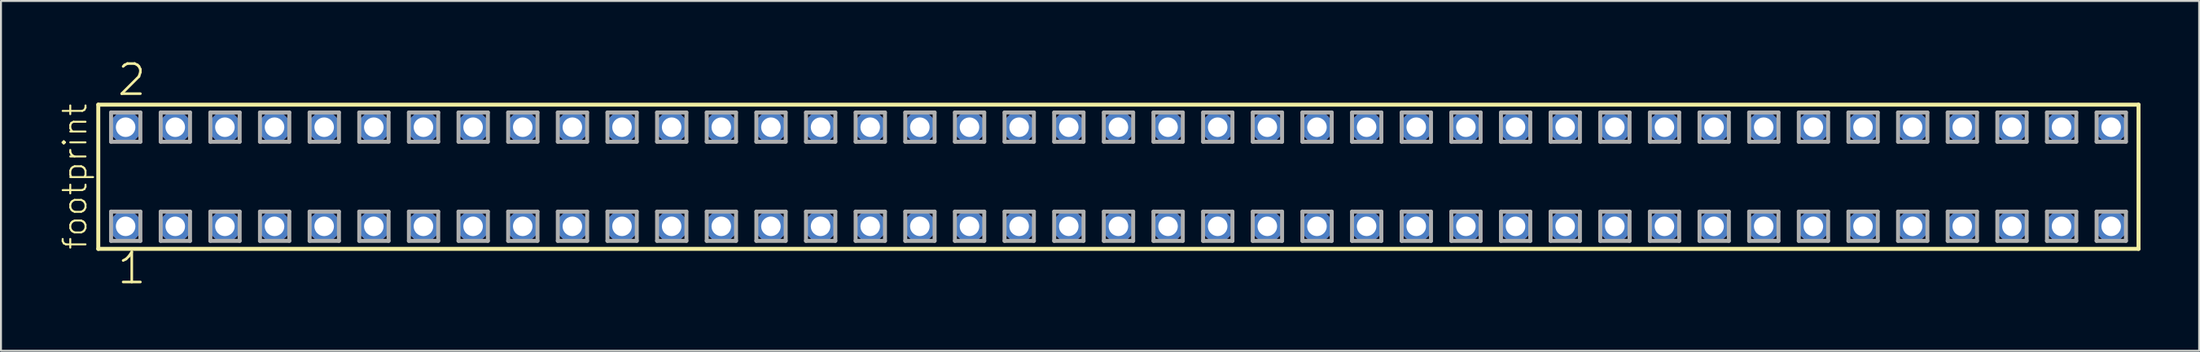
<source format=kicad_pcb>
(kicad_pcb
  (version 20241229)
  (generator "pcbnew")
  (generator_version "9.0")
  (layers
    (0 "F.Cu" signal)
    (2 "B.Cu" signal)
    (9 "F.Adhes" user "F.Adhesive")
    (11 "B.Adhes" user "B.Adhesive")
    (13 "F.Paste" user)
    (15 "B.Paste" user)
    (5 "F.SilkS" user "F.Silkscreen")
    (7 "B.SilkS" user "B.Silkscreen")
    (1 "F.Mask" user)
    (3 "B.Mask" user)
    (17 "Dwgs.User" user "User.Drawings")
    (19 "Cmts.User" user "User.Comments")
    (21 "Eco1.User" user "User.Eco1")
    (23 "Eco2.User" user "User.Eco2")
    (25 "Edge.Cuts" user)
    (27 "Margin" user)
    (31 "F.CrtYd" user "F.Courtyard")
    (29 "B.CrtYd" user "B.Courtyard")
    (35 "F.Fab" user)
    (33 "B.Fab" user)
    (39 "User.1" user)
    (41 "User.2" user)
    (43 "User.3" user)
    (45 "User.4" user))
  (footprint "footprint"
    (layer "F.Cu")
    (at 54.178 6.009)
    (property "Reference" "footprint" (at -52.705 3.81 90) (layer "F.SilkS") (effects (font (size 1.168 1.168) (thickness 0.102)) (justify left bottom)))
    (fp_line (start -52.199 -3.695) (end 52.199 -3.695) (stroke (width 0.203) (type solid)) (layer "F.SilkS"))
    (fp_line (start -52.199 3.695) (end -52.199 -3.695) (stroke (width 0.203) (type solid)) (layer "F.SilkS"))
    (fp_line (start 52.199 -3.695) (end 52.199 3.695) (stroke (width 0.203) (type solid)) (layer "F.SilkS"))
    (fp_line (start 52.199 3.695) (end -52.199 3.695) (stroke (width 0.203) (type solid)) (layer "F.SilkS"))
    (fp_line (start -51.545 -3.295) (end -50.045 -3.295) (stroke (width 0.203) (type solid)) (layer "F.Fab"))
    (fp_line (start -51.545 -1.795) (end -51.545 -3.295) (stroke (width 0.203) (type solid)) (layer "F.Fab"))
    (fp_line (start -51.545 1.785) (end -50.045 1.785) (stroke (width 0.203) (type solid)) (layer "F.Fab"))
    (fp_line (start -51.545 3.285) (end -51.545 1.785) (stroke (width 0.203) (type solid)) (layer "F.Fab"))
    (fp_line (start -50.045 -3.295) (end -50.045 -1.795) (stroke (width 0.203) (type solid)) (layer "F.Fab"))
    (fp_line (start -50.045 -1.795) (end -51.545 -1.795) (stroke (width 0.203) (type solid)) (layer "F.Fab"))
    (fp_line (start -50.045 1.785) (end -50.045 3.285) (stroke (width 0.203) (type solid)) (layer "F.Fab"))
    (fp_line (start -50.045 3.285) (end -51.545 3.285) (stroke (width 0.203) (type solid)) (layer "F.Fab"))
    (fp_line (start -49.005 -3.295) (end -47.505 -3.295) (stroke (width 0.203) (type solid)) (layer "F.Fab"))
    (fp_line (start -49.005 -1.795) (end -49.005 -3.295) (stroke (width 0.203) (type solid)) (layer "F.Fab"))
    (fp_line (start -49.005 1.785) (end -47.505 1.785) (stroke (width 0.203) (type solid)) (layer "F.Fab"))
    (fp_line (start -49.005 3.285) (end -49.005 1.785) (stroke (width 0.203) (type solid)) (layer "F.Fab"))
    (fp_line (start -47.505 -3.295) (end -47.505 -1.795) (stroke (width 0.203) (type solid)) (layer "F.Fab"))
    (fp_line (start -47.505 -1.795) (end -49.005 -1.795) (stroke (width 0.203) (type solid)) (layer "F.Fab"))
    (fp_line (start -47.505 1.785) (end -47.505 3.285) (stroke (width 0.203) (type solid)) (layer "F.Fab"))
    (fp_line (start -47.505 3.285) (end -49.005 3.285) (stroke (width 0.203) (type solid)) (layer "F.Fab"))
    (fp_line (start -46.465 -3.295) (end -44.965 -3.295) (stroke (width 0.203) (type solid)) (layer "F.Fab"))
    (fp_line (start -46.465 -1.795) (end -46.465 -3.295) (stroke (width 0.203) (type solid)) (layer "F.Fab"))
    (fp_line (start -46.465 1.785) (end -44.965 1.785) (stroke (width 0.203) (type solid)) (layer "F.Fab"))
    (fp_line (start -46.465 3.285) (end -46.465 1.785) (stroke (width 0.203) (type solid)) (layer "F.Fab"))
    (fp_line (start -44.965 -3.295) (end -44.965 -1.795) (stroke (width 0.203) (type solid)) (layer "F.Fab"))
    (fp_line (start -44.965 -1.795) (end -46.465 -1.795) (stroke (width 0.203) (type solid)) (layer "F.Fab"))
    (fp_line (start -44.965 1.785) (end -44.965 3.285) (stroke (width 0.203) (type solid)) (layer "F.Fab"))
    (fp_line (start -44.965 3.285) (end -46.465 3.285) (stroke (width 0.203) (type solid)) (layer "F.Fab"))
    (fp_line (start -43.925 -3.295) (end -42.425 -3.295) (stroke (width 0.203) (type solid)) (layer "F.Fab"))
    (fp_line (start -43.925 -1.795) (end -43.925 -3.295) (stroke (width 0.203) (type solid)) (layer "F.Fab"))
    (fp_line (start -43.925 1.785) (end -42.425 1.785) (stroke (width 0.203) (type solid)) (layer "F.Fab"))
    (fp_line (start -43.925 3.285) (end -43.925 1.785) (stroke (width 0.203) (type solid)) (layer "F.Fab"))
    (fp_line (start -42.425 -3.295) (end -42.425 -1.795) (stroke (width 0.203) (type solid)) (layer "F.Fab"))
    (fp_line (start -42.425 -1.795) (end -43.925 -1.795) (stroke (width 0.203) (type solid)) (layer "F.Fab"))
    (fp_line (start -42.425 1.785) (end -42.425 3.285) (stroke (width 0.203) (type solid)) (layer "F.Fab"))
    (fp_line (start -42.425 3.285) (end -43.925 3.285) (stroke (width 0.203) (type solid)) (layer "F.Fab"))
    (fp_line (start -41.385 -3.295) (end -39.885 -3.295) (stroke (width 0.203) (type solid)) (layer "F.Fab"))
    (fp_line (start -41.385 -1.795) (end -41.385 -3.295) (stroke (width 0.203) (type solid)) (layer "F.Fab"))
    (fp_line (start -41.385 1.785) (end -39.885 1.785) (stroke (width 0.203) (type solid)) (layer "F.Fab"))
    (fp_line (start -41.385 3.285) (end -41.385 1.785) (stroke (width 0.203) (type solid)) (layer "F.Fab"))
    (fp_line (start -39.885 -3.295) (end -39.885 -1.795) (stroke (width 0.203) (type solid)) (layer "F.Fab"))
    (fp_line (start -39.885 -1.795) (end -41.385 -1.795) (stroke (width 0.203) (type solid)) (layer "F.Fab"))
    (fp_line (start -39.885 1.785) (end -39.885 3.285) (stroke (width 0.203) (type solid)) (layer "F.Fab"))
    (fp_line (start -39.885 3.285) (end -41.385 3.285) (stroke (width 0.203) (type solid)) (layer "F.Fab"))
    (fp_line (start -38.845 -3.295) (end -37.345 -3.295) (stroke (width 0.203) (type solid)) (layer "F.Fab"))
    (fp_line (start -38.845 -1.795) (end -38.845 -3.295) (stroke (width 0.203) (type solid)) (layer "F.Fab"))
    (fp_line (start -38.845 1.785) (end -37.345 1.785) (stroke (width 0.203) (type solid)) (layer "F.Fab"))
    (fp_line (start -38.845 3.285) (end -38.845 1.785) (stroke (width 0.203) (type solid)) (layer "F.Fab"))
    (fp_line (start -37.345 -3.295) (end -37.345 -1.795) (stroke (width 0.203) (type solid)) (layer "F.Fab"))
    (fp_line (start -37.345 -1.795) (end -38.845 -1.795) (stroke (width 0.203) (type solid)) (layer "F.Fab"))
    (fp_line (start -37.345 1.785) (end -37.345 3.285) (stroke (width 0.203) (type solid)) (layer "F.Fab"))
    (fp_line (start -37.345 3.285) (end -38.845 3.285) (stroke (width 0.203) (type solid)) (layer "F.Fab"))
    (fp_line (start -36.305 -3.295) (end -34.805 -3.295) (stroke (width 0.203) (type solid)) (layer "F.Fab"))
    (fp_line (start -36.305 -1.795) (end -36.305 -3.295) (stroke (width 0.203) (type solid)) (layer "F.Fab"))
    (fp_line (start -36.305 1.785) (end -34.805 1.785) (stroke (width 0.203) (type solid)) (layer "F.Fab"))
    (fp_line (start -36.305 3.285) (end -36.305 1.785) (stroke (width 0.203) (type solid)) (layer "F.Fab"))
    (fp_line (start -34.805 -3.295) (end -34.805 -1.795) (stroke (width 0.203) (type solid)) (layer "F.Fab"))
    (fp_line (start -34.805 -1.795) (end -36.305 -1.795) (stroke (width 0.203) (type solid)) (layer "F.Fab"))
    (fp_line (start -34.805 1.785) (end -34.805 3.285) (stroke (width 0.203) (type solid)) (layer "F.Fab"))
    (fp_line (start -34.805 3.285) (end -36.305 3.285) (stroke (width 0.203) (type solid)) (layer "F.Fab"))
    (fp_line (start -33.765 -3.295) (end -32.265 -3.295) (stroke (width 0.203) (type solid)) (layer "F.Fab"))
    (fp_line (start -33.765 -1.795) (end -33.765 -3.295) (stroke (width 0.203) (type solid)) (layer "F.Fab"))
    (fp_line (start -33.765 1.785) (end -32.265 1.785) (stroke (width 0.203) (type solid)) (layer "F.Fab"))
    (fp_line (start -33.765 3.285) (end -33.765 1.785) (stroke (width 0.203) (type solid)) (layer "F.Fab"))
    (fp_line (start -32.265 -3.295) (end -32.265 -1.795) (stroke (width 0.203) (type solid)) (layer "F.Fab"))
    (fp_line (start -32.265 -1.795) (end -33.765 -1.795) (stroke (width 0.203) (type solid)) (layer "F.Fab"))
    (fp_line (start -32.265 1.785) (end -32.265 3.285) (stroke (width 0.203) (type solid)) (layer "F.Fab"))
    (fp_line (start -32.265 3.285) (end -33.765 3.285) (stroke (width 0.203) (type solid)) (layer "F.Fab"))
    (fp_line (start -31.225 -3.295) (end -29.725 -3.295) (stroke (width 0.203) (type solid)) (layer "F.Fab"))
    (fp_line (start -31.225 -1.795) (end -31.225 -3.295) (stroke (width 0.203) (type solid)) (layer "F.Fab"))
    (fp_line (start -31.225 1.785) (end -29.725 1.785) (stroke (width 0.203) (type solid)) (layer "F.Fab"))
    (fp_line (start -31.225 3.285) (end -31.225 1.785) (stroke (width 0.203) (type solid)) (layer "F.Fab"))
    (fp_line (start -29.725 -3.295) (end -29.725 -1.795) (stroke (width 0.203) (type solid)) (layer "F.Fab"))
    (fp_line (start -29.725 -1.795) (end -31.225 -1.795) (stroke (width 0.203) (type solid)) (layer "F.Fab"))
    (fp_line (start -29.725 1.785) (end -29.725 3.285) (stroke (width 0.203) (type solid)) (layer "F.Fab"))
    (fp_line (start -29.725 3.285) (end -31.225 3.285) (stroke (width 0.203) (type solid)) (layer "F.Fab"))
    (fp_line (start -28.685 -3.295) (end -27.185 -3.295) (stroke (width 0.203) (type solid)) (layer "F.Fab"))
    (fp_line (start -28.685 -1.795) (end -28.685 -3.295) (stroke (width 0.203) (type solid)) (layer "F.Fab"))
    (fp_line (start -28.685 1.785) (end -27.185 1.785) (stroke (width 0.203) (type solid)) (layer "F.Fab"))
    (fp_line (start -28.685 3.285) (end -28.685 1.785) (stroke (width 0.203) (type solid)) (layer "F.Fab"))
    (fp_line (start -27.185 -3.295) (end -27.185 -1.795) (stroke (width 0.203) (type solid)) (layer "F.Fab"))
    (fp_line (start -27.185 -1.795) (end -28.685 -1.795) (stroke (width 0.203) (type solid)) (layer "F.Fab"))
    (fp_line (start -27.185 1.785) (end -27.185 3.285) (stroke (width 0.203) (type solid)) (layer "F.Fab"))
    (fp_line (start -27.185 3.285) (end -28.685 3.285) (stroke (width 0.203) (type solid)) (layer "F.Fab"))
    (fp_line (start -26.145 -3.295) (end -24.645 -3.295) (stroke (width 0.203) (type solid)) (layer "F.Fab"))
    (fp_line (start -26.145 -1.795) (end -26.145 -3.295) (stroke (width 0.203) (type solid)) (layer "F.Fab"))
    (fp_line (start -26.145 1.785) (end -24.645 1.785) (stroke (width 0.203) (type solid)) (layer "F.Fab"))
    (fp_line (start -26.145 3.285) (end -26.145 1.785) (stroke (width 0.203) (type solid)) (layer "F.Fab"))
    (fp_line (start -24.645 -3.295) (end -24.645 -1.795) (stroke (width 0.203) (type solid)) (layer "F.Fab"))
    (fp_line (start -24.645 -1.795) (end -26.145 -1.795) (stroke (width 0.203) (type solid)) (layer "F.Fab"))
    (fp_line (start -24.645 1.785) (end -24.645 3.285) (stroke (width 0.203) (type solid)) (layer "F.Fab"))
    (fp_line (start -24.645 3.285) (end -26.145 3.285) (stroke (width 0.203) (type solid)) (layer "F.Fab"))
    (fp_line (start -23.605 -3.295) (end -22.105 -3.295) (stroke (width 0.203) (type solid)) (layer "F.Fab"))
    (fp_line (start -23.605 -1.795) (end -23.605 -3.295) (stroke (width 0.203) (type solid)) (layer "F.Fab"))
    (fp_line (start -23.605 1.785) (end -22.105 1.785) (stroke (width 0.203) (type solid)) (layer "F.Fab"))
    (fp_line (start -23.605 3.285) (end -23.605 1.785) (stroke (width 0.203) (type solid)) (layer "F.Fab"))
    (fp_line (start -22.105 -3.295) (end -22.105 -1.795) (stroke (width 0.203) (type solid)) (layer "F.Fab"))
    (fp_line (start -22.105 -1.795) (end -23.605 -1.795) (stroke (width 0.203) (type solid)) (layer "F.Fab"))
    (fp_line (start -22.105 1.785) (end -22.105 3.285) (stroke (width 0.203) (type solid)) (layer "F.Fab"))
    (fp_line (start -22.105 3.285) (end -23.605 3.285) (stroke (width 0.203) (type solid)) (layer "F.Fab"))
    (fp_line (start -21.065 -3.295) (end -19.565 -3.295) (stroke (width 0.203) (type solid)) (layer "F.Fab"))
    (fp_line (start -21.065 -1.795) (end -21.065 -3.295) (stroke (width 0.203) (type solid)) (layer "F.Fab"))
    (fp_line (start -21.065 1.785) (end -19.565 1.785) (stroke (width 0.203) (type solid)) (layer "F.Fab"))
    (fp_line (start -21.065 3.285) (end -21.065 1.785) (stroke (width 0.203) (type solid)) (layer "F.Fab"))
    (fp_line (start -19.565 -3.295) (end -19.565 -1.795) (stroke (width 0.203) (type solid)) (layer "F.Fab"))
    (fp_line (start -19.565 -1.795) (end -21.065 -1.795) (stroke (width 0.203) (type solid)) (layer "F.Fab"))
    (fp_line (start -19.565 1.785) (end -19.565 3.285) (stroke (width 0.203) (type solid)) (layer "F.Fab"))
    (fp_line (start -19.565 3.285) (end -21.065 3.285) (stroke (width 0.203) (type solid)) (layer "F.Fab"))
    (fp_line (start -18.525 -3.295) (end -17.025 -3.295) (stroke (width 0.203) (type solid)) (layer "F.Fab"))
    (fp_line (start -18.525 -1.795) (end -18.525 -3.295) (stroke (width 0.203) (type solid)) (layer "F.Fab"))
    (fp_line (start -18.525 1.785) (end -17.025 1.785) (stroke (width 0.203) (type solid)) (layer "F.Fab"))
    (fp_line (start -18.525 3.285) (end -18.525 1.785) (stroke (width 0.203) (type solid)) (layer "F.Fab"))
    (fp_line (start -17.025 -3.295) (end -17.025 -1.795) (stroke (width 0.203) (type solid)) (layer "F.Fab"))
    (fp_line (start -17.025 -1.795) (end -18.525 -1.795) (stroke (width 0.203) (type solid)) (layer "F.Fab"))
    (fp_line (start -17.025 1.785) (end -17.025 3.285) (stroke (width 0.203) (type solid)) (layer "F.Fab"))
    (fp_line (start -17.025 3.285) (end -18.525 3.285) (stroke (width 0.203) (type solid)) (layer "F.Fab"))
    (fp_line (start -15.985 -3.295) (end -14.485 -3.295) (stroke (width 0.203) (type solid)) (layer "F.Fab"))
    (fp_line (start -15.985 -1.795) (end -15.985 -3.295) (stroke (width 0.203) (type solid)) (layer "F.Fab"))
    (fp_line (start -15.985 1.785) (end -14.485 1.785) (stroke (width 0.203) (type solid)) (layer "F.Fab"))
    (fp_line (start -15.985 3.285) (end -15.985 1.785) (stroke (width 0.203) (type solid)) (layer "F.Fab"))
    (fp_line (start -14.485 -3.295) (end -14.485 -1.795) (stroke (width 0.203) (type solid)) (layer "F.Fab"))
    (fp_line (start -14.485 -1.795) (end -15.985 -1.795) (stroke (width 0.203) (type solid)) (layer "F.Fab"))
    (fp_line (start -14.485 1.785) (end -14.485 3.285) (stroke (width 0.203) (type solid)) (layer "F.Fab"))
    (fp_line (start -14.485 3.285) (end -15.985 3.285) (stroke (width 0.203) (type solid)) (layer "F.Fab"))
    (fp_line (start -13.445 -3.295) (end -11.945 -3.295) (stroke (width 0.203) (type solid)) (layer "F.Fab"))
    (fp_line (start -13.445 -1.795) (end -13.445 -3.295) (stroke (width 0.203) (type solid)) (layer "F.Fab"))
    (fp_line (start -13.445 1.785) (end -11.945 1.785) (stroke (width 0.203) (type solid)) (layer "F.Fab"))
    (fp_line (start -13.445 3.285) (end -13.445 1.785) (stroke (width 0.203) (type solid)) (layer "F.Fab"))
    (fp_line (start -11.945 -3.295) (end -11.945 -1.795) (stroke (width 0.203) (type solid)) (layer "F.Fab"))
    (fp_line (start -11.945 -1.795) (end -13.445 -1.795) (stroke (width 0.203) (type solid)) (layer "F.Fab"))
    (fp_line (start -11.945 1.785) (end -11.945 3.285) (stroke (width 0.203) (type solid)) (layer "F.Fab"))
    (fp_line (start -11.945 3.285) (end -13.445 3.285) (stroke (width 0.203) (type solid)) (layer "F.Fab"))
    (fp_line (start -10.905 -3.295) (end -9.405 -3.295) (stroke (width 0.203) (type solid)) (layer "F.Fab"))
    (fp_line (start -10.905 -1.795) (end -10.905 -3.295) (stroke (width 0.203) (type solid)) (layer "F.Fab"))
    (fp_line (start -10.905 1.785) (end -9.405 1.785) (stroke (width 0.203) (type solid)) (layer "F.Fab"))
    (fp_line (start -10.905 3.285) (end -10.905 1.785) (stroke (width 0.203) (type solid)) (layer "F.Fab"))
    (fp_line (start -9.405 -3.295) (end -9.405 -1.795) (stroke (width 0.203) (type solid)) (layer "F.Fab"))
    (fp_line (start -9.405 -1.795) (end -10.905 -1.795) (stroke (width 0.203) (type solid)) (layer "F.Fab"))
    (fp_line (start -9.405 1.785) (end -9.405 3.285) (stroke (width 0.203) (type solid)) (layer "F.Fab"))
    (fp_line (start -9.405 3.285) (end -10.905 3.285) (stroke (width 0.203) (type solid)) (layer "F.Fab"))
    (fp_line (start -8.365 -3.295) (end -6.865 -3.295) (stroke (width 0.203) (type solid)) (layer "F.Fab"))
    (fp_line (start -8.365 -1.795) (end -8.365 -3.295) (stroke (width 0.203) (type solid)) (layer "F.Fab"))
    (fp_line (start -8.365 1.785) (end -6.865 1.785) (stroke (width 0.203) (type solid)) (layer "F.Fab"))
    (fp_line (start -8.365 3.285) (end -8.365 1.785) (stroke (width 0.203) (type solid)) (layer "F.Fab"))
    (fp_line (start -6.865 -3.295) (end -6.865 -1.795) (stroke (width 0.203) (type solid)) (layer "F.Fab"))
    (fp_line (start -6.865 -1.795) (end -8.365 -1.795) (stroke (width 0.203) (type solid)) (layer "F.Fab"))
    (fp_line (start -6.865 1.785) (end -6.865 3.285) (stroke (width 0.203) (type solid)) (layer "F.Fab"))
    (fp_line (start -6.865 3.285) (end -8.365 3.285) (stroke (width 0.203) (type solid)) (layer "F.Fab"))
    (fp_line (start -5.825 -3.295) (end -4.325 -3.295) (stroke (width 0.203) (type solid)) (layer "F.Fab"))
    (fp_line (start -5.825 -1.795) (end -5.825 -3.295) (stroke (width 0.203) (type solid)) (layer "F.Fab"))
    (fp_line (start -5.825 1.785) (end -4.325 1.785) (stroke (width 0.203) (type solid)) (layer "F.Fab"))
    (fp_line (start -5.825 3.285) (end -5.825 1.785) (stroke (width 0.203) (type solid)) (layer "F.Fab"))
    (fp_line (start -4.325 -3.295) (end -4.325 -1.795) (stroke (width 0.203) (type solid)) (layer "F.Fab"))
    (fp_line (start -4.325 -1.795) (end -5.825 -1.795) (stroke (width 0.203) (type solid)) (layer "F.Fab"))
    (fp_line (start -4.325 1.785) (end -4.325 3.285) (stroke (width 0.203) (type solid)) (layer "F.Fab"))
    (fp_line (start -4.325 3.285) (end -5.825 3.285) (stroke (width 0.203) (type solid)) (layer "F.Fab"))
    (fp_line (start -3.285 -3.295) (end -1.785 -3.295) (stroke (width 0.203) (type solid)) (layer "F.Fab"))
    (fp_line (start -3.285 -1.795) (end -3.285 -3.295) (stroke (width 0.203) (type solid)) (layer "F.Fab"))
    (fp_line (start -3.285 1.785) (end -1.785 1.785) (stroke (width 0.203) (type solid)) (layer "F.Fab"))
    (fp_line (start -3.285 3.285) (end -3.285 1.785) (stroke (width 0.203) (type solid)) (layer "F.Fab"))
    (fp_line (start -1.785 -3.295) (end -1.785 -1.795) (stroke (width 0.203) (type solid)) (layer "F.Fab"))
    (fp_line (start -1.785 -1.795) (end -3.285 -1.795) (stroke (width 0.203) (type solid)) (layer "F.Fab"))
    (fp_line (start -1.785 1.785) (end -1.785 3.285) (stroke (width 0.203) (type solid)) (layer "F.Fab"))
    (fp_line (start -1.785 3.285) (end -3.285 3.285) (stroke (width 0.203) (type solid)) (layer "F.Fab"))
    (fp_line (start -0.745 -3.295) (end 0.755 -3.295) (stroke (width 0.203) (type solid)) (layer "F.Fab"))
    (fp_line (start -0.745 -1.795) (end -0.745 -3.295) (stroke (width 0.203) (type solid)) (layer "F.Fab"))
    (fp_line (start -0.745 1.785) (end 0.755 1.785) (stroke (width 0.203) (type solid)) (layer "F.Fab"))
    (fp_line (start -0.745 3.285) (end -0.745 1.785) (stroke (width 0.203) (type solid)) (layer "F.Fab"))
    (fp_line (start 0.755 -3.295) (end 0.755 -1.795) (stroke (width 0.203) (type solid)) (layer "F.Fab"))
    (fp_line (start 0.755 -1.795) (end -0.745 -1.795) (stroke (width 0.203) (type solid)) (layer "F.Fab"))
    (fp_line (start 0.755 1.785) (end 0.755 3.285) (stroke (width 0.203) (type solid)) (layer "F.Fab"))
    (fp_line (start 0.755 3.285) (end -0.745 3.285) (stroke (width 0.203) (type solid)) (layer "F.Fab"))
    (fp_line (start 1.795 -3.295) (end 3.295 -3.295) (stroke (width 0.203) (type solid)) (layer "F.Fab"))
    (fp_line (start 1.795 -1.795) (end 1.795 -3.295) (stroke (width 0.203) (type solid)) (layer "F.Fab"))
    (fp_line (start 1.795 1.785) (end 3.295 1.785) (stroke (width 0.203) (type solid)) (layer "F.Fab"))
    (fp_line (start 1.795 3.285) (end 1.795 1.785) (stroke (width 0.203) (type solid)) (layer "F.Fab"))
    (fp_line (start 3.295 -3.295) (end 3.295 -1.795) (stroke (width 0.203) (type solid)) (layer "F.Fab"))
    (fp_line (start 3.295 -1.795) (end 1.795 -1.795) (stroke (width 0.203) (type solid)) (layer "F.Fab"))
    (fp_line (start 3.295 1.785) (end 3.295 3.285) (stroke (width 0.203) (type solid)) (layer "F.Fab"))
    (fp_line (start 3.295 3.285) (end 1.795 3.285) (stroke (width 0.203) (type solid)) (layer "F.Fab"))
    (fp_line (start 4.335 -3.295) (end 5.835 -3.295) (stroke (width 0.203) (type solid)) (layer "F.Fab"))
    (fp_line (start 4.335 -1.795) (end 4.335 -3.295) (stroke (width 0.203) (type solid)) (layer "F.Fab"))
    (fp_line (start 4.335 1.785) (end 5.835 1.785) (stroke (width 0.203) (type solid)) (layer "F.Fab"))
    (fp_line (start 4.335 3.285) (end 4.335 1.785) (stroke (width 0.203) (type solid)) (layer "F.Fab"))
    (fp_line (start 5.835 -3.295) (end 5.835 -1.795) (stroke (width 0.203) (type solid)) (layer "F.Fab"))
    (fp_line (start 5.835 -1.795) (end 4.335 -1.795) (stroke (width 0.203) (type solid)) (layer "F.Fab"))
    (fp_line (start 5.835 1.785) (end 5.835 3.285) (stroke (width 0.203) (type solid)) (layer "F.Fab"))
    (fp_line (start 5.835 3.285) (end 4.335 3.285) (stroke (width 0.203) (type solid)) (layer "F.Fab"))
    (fp_line (start 6.875 -3.295) (end 8.375 -3.295) (stroke (width 0.203) (type solid)) (layer "F.Fab"))
    (fp_line (start 6.875 -1.795) (end 6.875 -3.295) (stroke (width 0.203) (type solid)) (layer "F.Fab"))
    (fp_line (start 6.875 1.785) (end 8.375 1.785) (stroke (width 0.203) (type solid)) (layer "F.Fab"))
    (fp_line (start 6.875 3.285) (end 6.875 1.785) (stroke (width 0.203) (type solid)) (layer "F.Fab"))
    (fp_line (start 8.375 -3.295) (end 8.375 -1.795) (stroke (width 0.203) (type solid)) (layer "F.Fab"))
    (fp_line (start 8.375 -1.795) (end 6.875 -1.795) (stroke (width 0.203) (type solid)) (layer "F.Fab"))
    (fp_line (start 8.375 1.785) (end 8.375 3.285) (stroke (width 0.203) (type solid)) (layer "F.Fab"))
    (fp_line (start 8.375 3.285) (end 6.875 3.285) (stroke (width 0.203) (type solid)) (layer "F.Fab"))
    (fp_line (start 9.415 -3.295) (end 10.915 -3.295) (stroke (width 0.203) (type solid)) (layer "F.Fab"))
    (fp_line (start 9.415 -1.795) (end 9.415 -3.295) (stroke (width 0.203) (type solid)) (layer "F.Fab"))
    (fp_line (start 9.415 1.785) (end 10.915 1.785) (stroke (width 0.203) (type solid)) (layer "F.Fab"))
    (fp_line (start 9.415 3.285) (end 9.415 1.785) (stroke (width 0.203) (type solid)) (layer "F.Fab"))
    (fp_line (start 10.915 -3.295) (end 10.915 -1.795) (stroke (width 0.203) (type solid)) (layer "F.Fab"))
    (fp_line (start 10.915 -1.795) (end 9.415 -1.795) (stroke (width 0.203) (type solid)) (layer "F.Fab"))
    (fp_line (start 10.915 1.785) (end 10.915 3.285) (stroke (width 0.203) (type solid)) (layer "F.Fab"))
    (fp_line (start 10.915 3.285) (end 9.415 3.285) (stroke (width 0.203) (type solid)) (layer "F.Fab"))
    (fp_line (start 11.955 -3.295) (end 13.455 -3.295) (stroke (width 0.203) (type solid)) (layer "F.Fab"))
    (fp_line (start 11.955 -1.795) (end 11.955 -3.295) (stroke (width 0.203) (type solid)) (layer "F.Fab"))
    (fp_line (start 11.955 1.785) (end 13.455 1.785) (stroke (width 0.203) (type solid)) (layer "F.Fab"))
    (fp_line (start 11.955 3.285) (end 11.955 1.785) (stroke (width 0.203) (type solid)) (layer "F.Fab"))
    (fp_line (start 13.455 -3.295) (end 13.455 -1.795) (stroke (width 0.203) (type solid)) (layer "F.Fab"))
    (fp_line (start 13.455 -1.795) (end 11.955 -1.795) (stroke (width 0.203) (type solid)) (layer "F.Fab"))
    (fp_line (start 13.455 1.785) (end 13.455 3.285) (stroke (width 0.203) (type solid)) (layer "F.Fab"))
    (fp_line (start 13.455 3.285) (end 11.955 3.285) (stroke (width 0.203) (type solid)) (layer "F.Fab"))
    (fp_line (start 14.495 -3.295) (end 15.995 -3.295) (stroke (width 0.203) (type solid)) (layer "F.Fab"))
    (fp_line (start 14.495 -1.795) (end 14.495 -3.295) (stroke (width 0.203) (type solid)) (layer "F.Fab"))
    (fp_line (start 14.495 1.785) (end 15.995 1.785) (stroke (width 0.203) (type solid)) (layer "F.Fab"))
    (fp_line (start 14.495 3.285) (end 14.495 1.785) (stroke (width 0.203) (type solid)) (layer "F.Fab"))
    (fp_line (start 15.995 -3.295) (end 15.995 -1.795) (stroke (width 0.203) (type solid)) (layer "F.Fab"))
    (fp_line (start 15.995 -1.795) (end 14.495 -1.795) (stroke (width 0.203) (type solid)) (layer "F.Fab"))
    (fp_line (start 15.995 1.785) (end 15.995 3.285) (stroke (width 0.203) (type solid)) (layer "F.Fab"))
    (fp_line (start 15.995 3.285) (end 14.495 3.285) (stroke (width 0.203) (type solid)) (layer "F.Fab"))
    (fp_line (start 17.035 -3.295) (end 18.535 -3.295) (stroke (width 0.203) (type solid)) (layer "F.Fab"))
    (fp_line (start 17.035 -1.795) (end 17.035 -3.295) (stroke (width 0.203) (type solid)) (layer "F.Fab"))
    (fp_line (start 17.035 1.785) (end 18.535 1.785) (stroke (width 0.203) (type solid)) (layer "F.Fab"))
    (fp_line (start 17.035 3.285) (end 17.035 1.785) (stroke (width 0.203) (type solid)) (layer "F.Fab"))
    (fp_line (start 18.535 -3.295) (end 18.535 -1.795) (stroke (width 0.203) (type solid)) (layer "F.Fab"))
    (fp_line (start 18.535 -1.795) (end 17.035 -1.795) (stroke (width 0.203) (type solid)) (layer "F.Fab"))
    (fp_line (start 18.535 1.785) (end 18.535 3.285) (stroke (width 0.203) (type solid)) (layer "F.Fab"))
    (fp_line (start 18.535 3.285) (end 17.035 3.285) (stroke (width 0.203) (type solid)) (layer "F.Fab"))
    (fp_line (start 19.575 -3.295) (end 21.075 -3.295) (stroke (width 0.203) (type solid)) (layer "F.Fab"))
    (fp_line (start 19.575 -1.795) (end 19.575 -3.295) (stroke (width 0.203) (type solid)) (layer "F.Fab"))
    (fp_line (start 19.575 1.785) (end 21.075 1.785) (stroke (width 0.203) (type solid)) (layer "F.Fab"))
    (fp_line (start 19.575 3.285) (end 19.575 1.785) (stroke (width 0.203) (type solid)) (layer "F.Fab"))
    (fp_line (start 21.075 -3.295) (end 21.075 -1.795) (stroke (width 0.203) (type solid)) (layer "F.Fab"))
    (fp_line (start 21.075 -1.795) (end 19.575 -1.795) (stroke (width 0.203) (type solid)) (layer "F.Fab"))
    (fp_line (start 21.075 1.785) (end 21.075 3.285) (stroke (width 0.203) (type solid)) (layer "F.Fab"))
    (fp_line (start 21.075 3.285) (end 19.575 3.285) (stroke (width 0.203) (type solid)) (layer "F.Fab"))
    (fp_line (start 22.115 -3.295) (end 23.615 -3.295) (stroke (width 0.203) (type solid)) (layer "F.Fab"))
    (fp_line (start 22.115 -1.795) (end 22.115 -3.295) (stroke (width 0.203) (type solid)) (layer "F.Fab"))
    (fp_line (start 22.115 1.785) (end 23.615 1.785) (stroke (width 0.203) (type solid)) (layer "F.Fab"))
    (fp_line (start 22.115 3.285) (end 22.115 1.785) (stroke (width 0.203) (type solid)) (layer "F.Fab"))
    (fp_line (start 23.615 -3.295) (end 23.615 -1.795) (stroke (width 0.203) (type solid)) (layer "F.Fab"))
    (fp_line (start 23.615 -1.795) (end 22.115 -1.795) (stroke (width 0.203) (type solid)) (layer "F.Fab"))
    (fp_line (start 23.615 1.785) (end 23.615 3.285) (stroke (width 0.203) (type solid)) (layer "F.Fab"))
    (fp_line (start 23.615 3.285) (end 22.115 3.285) (stroke (width 0.203) (type solid)) (layer "F.Fab"))
    (fp_line (start 24.655 -3.295) (end 26.155 -3.295) (stroke (width 0.203) (type solid)) (layer "F.Fab"))
    (fp_line (start 24.655 -1.795) (end 24.655 -3.295) (stroke (width 0.203) (type solid)) (layer "F.Fab"))
    (fp_line (start 24.655 1.785) (end 26.155 1.785) (stroke (width 0.203) (type solid)) (layer "F.Fab"))
    (fp_line (start 24.655 3.285) (end 24.655 1.785) (stroke (width 0.203) (type solid)) (layer "F.Fab"))
    (fp_line (start 26.155 -3.295) (end 26.155 -1.795) (stroke (width 0.203) (type solid)) (layer "F.Fab"))
    (fp_line (start 26.155 -1.795) (end 24.655 -1.795) (stroke (width 0.203) (type solid)) (layer "F.Fab"))
    (fp_line (start 26.155 1.785) (end 26.155 3.285) (stroke (width 0.203) (type solid)) (layer "F.Fab"))
    (fp_line (start 26.155 3.285) (end 24.655 3.285) (stroke (width 0.203) (type solid)) (layer "F.Fab"))
    (fp_line (start 27.195 -3.295) (end 28.695 -3.295) (stroke (width 0.203) (type solid)) (layer "F.Fab"))
    (fp_line (start 27.195 -1.795) (end 27.195 -3.295) (stroke (width 0.203) (type solid)) (layer "F.Fab"))
    (fp_line (start 27.195 1.785) (end 28.695 1.785) (stroke (width 0.203) (type solid)) (layer "F.Fab"))
    (fp_line (start 27.195 3.285) (end 27.195 1.785) (stroke (width 0.203) (type solid)) (layer "F.Fab"))
    (fp_line (start 28.695 -3.295) (end 28.695 -1.795) (stroke (width 0.203) (type solid)) (layer "F.Fab"))
    (fp_line (start 28.695 -1.795) (end 27.195 -1.795) (stroke (width 0.203) (type solid)) (layer "F.Fab"))
    (fp_line (start 28.695 1.785) (end 28.695 3.285) (stroke (width 0.203) (type solid)) (layer "F.Fab"))
    (fp_line (start 28.695 3.285) (end 27.195 3.285) (stroke (width 0.203) (type solid)) (layer "F.Fab"))
    (fp_line (start 29.735 -3.295) (end 31.235 -3.295) (stroke (width 0.203) (type solid)) (layer "F.Fab"))
    (fp_line (start 29.735 -1.795) (end 29.735 -3.295) (stroke (width 0.203) (type solid)) (layer "F.Fab"))
    (fp_line (start 29.735 1.785) (end 31.235 1.785) (stroke (width 0.203) (type solid)) (layer "F.Fab"))
    (fp_line (start 29.735 3.285) (end 29.735 1.785) (stroke (width 0.203) (type solid)) (layer "F.Fab"))
    (fp_line (start 31.235 -3.295) (end 31.235 -1.795) (stroke (width 0.203) (type solid)) (layer "F.Fab"))
    (fp_line (start 31.235 -1.795) (end 29.735 -1.795) (stroke (width 0.203) (type solid)) (layer "F.Fab"))
    (fp_line (start 31.235 1.785) (end 31.235 3.285) (stroke (width 0.203) (type solid)) (layer "F.Fab"))
    (fp_line (start 31.235 3.285) (end 29.735 3.285) (stroke (width 0.203) (type solid)) (layer "F.Fab"))
    (fp_line (start 32.275 -3.295) (end 33.775 -3.295) (stroke (width 0.203) (type solid)) (layer "F.Fab"))
    (fp_line (start 32.275 -1.795) (end 32.275 -3.295) (stroke (width 0.203) (type solid)) (layer "F.Fab"))
    (fp_line (start 32.275 1.785) (end 33.775 1.785) (stroke (width 0.203) (type solid)) (layer "F.Fab"))
    (fp_line (start 32.275 3.285) (end 32.275 1.785) (stroke (width 0.203) (type solid)) (layer "F.Fab"))
    (fp_line (start 33.775 -3.295) (end 33.775 -1.795) (stroke (width 0.203) (type solid)) (layer "F.Fab"))
    (fp_line (start 33.775 -1.795) (end 32.275 -1.795) (stroke (width 0.203) (type solid)) (layer "F.Fab"))
    (fp_line (start 33.775 1.785) (end 33.775 3.285) (stroke (width 0.203) (type solid)) (layer "F.Fab"))
    (fp_line (start 33.775 3.285) (end 32.275 3.285) (stroke (width 0.203) (type solid)) (layer "F.Fab"))
    (fp_line (start 34.815 -3.295) (end 36.315 -3.295) (stroke (width 0.203) (type solid)) (layer "F.Fab"))
    (fp_line (start 34.815 -1.795) (end 34.815 -3.295) (stroke (width 0.203) (type solid)) (layer "F.Fab"))
    (fp_line (start 34.815 1.785) (end 36.315 1.785) (stroke (width 0.203) (type solid)) (layer "F.Fab"))
    (fp_line (start 34.815 3.285) (end 34.815 1.785) (stroke (width 0.203) (type solid)) (layer "F.Fab"))
    (fp_line (start 36.315 -3.295) (end 36.315 -1.795) (stroke (width 0.203) (type solid)) (layer "F.Fab"))
    (fp_line (start 36.315 -1.795) (end 34.815 -1.795) (stroke (width 0.203) (type solid)) (layer "F.Fab"))
    (fp_line (start 36.315 1.785) (end 36.315 3.285) (stroke (width 0.203) (type solid)) (layer "F.Fab"))
    (fp_line (start 36.315 3.285) (end 34.815 3.285) (stroke (width 0.203) (type solid)) (layer "F.Fab"))
    (fp_line (start 37.355 -3.295) (end 38.855 -3.295) (stroke (width 0.203) (type solid)) (layer "F.Fab"))
    (fp_line (start 37.355 -1.795) (end 37.355 -3.295) (stroke (width 0.203) (type solid)) (layer "F.Fab"))
    (fp_line (start 37.355 1.785) (end 38.855 1.785) (stroke (width 0.203) (type solid)) (layer "F.Fab"))
    (fp_line (start 37.355 3.285) (end 37.355 1.785) (stroke (width 0.203) (type solid)) (layer "F.Fab"))
    (fp_line (start 38.855 -3.295) (end 38.855 -1.795) (stroke (width 0.203) (type solid)) (layer "F.Fab"))
    (fp_line (start 38.855 -1.795) (end 37.355 -1.795) (stroke (width 0.203) (type solid)) (layer "F.Fab"))
    (fp_line (start 38.855 1.785) (end 38.855 3.285) (stroke (width 0.203) (type solid)) (layer "F.Fab"))
    (fp_line (start 38.855 3.285) (end 37.355 3.285) (stroke (width 0.203) (type solid)) (layer "F.Fab"))
    (fp_line (start 39.895 -3.295) (end 41.395 -3.295) (stroke (width 0.203) (type solid)) (layer "F.Fab"))
    (fp_line (start 39.895 -1.795) (end 39.895 -3.295) (stroke (width 0.203) (type solid)) (layer "F.Fab"))
    (fp_line (start 39.895 1.785) (end 41.395 1.785) (stroke (width 0.203) (type solid)) (layer "F.Fab"))
    (fp_line (start 39.895 3.285) (end 39.895 1.785) (stroke (width 0.203) (type solid)) (layer "F.Fab"))
    (fp_line (start 41.395 -3.295) (end 41.395 -1.795) (stroke (width 0.203) (type solid)) (layer "F.Fab"))
    (fp_line (start 41.395 -1.795) (end 39.895 -1.795) (stroke (width 0.203) (type solid)) (layer "F.Fab"))
    (fp_line (start 41.395 1.785) (end 41.395 3.285) (stroke (width 0.203) (type solid)) (layer "F.Fab"))
    (fp_line (start 41.395 3.285) (end 39.895 3.285) (stroke (width 0.203) (type solid)) (layer "F.Fab"))
    (fp_line (start 42.435 -3.295) (end 43.935 -3.295) (stroke (width 0.203) (type solid)) (layer "F.Fab"))
    (fp_line (start 42.435 -1.795) (end 42.435 -3.295) (stroke (width 0.203) (type solid)) (layer "F.Fab"))
    (fp_line (start 42.435 1.785) (end 43.935 1.785) (stroke (width 0.203) (type solid)) (layer "F.Fab"))
    (fp_line (start 42.435 3.285) (end 42.435 1.785) (stroke (width 0.203) (type solid)) (layer "F.Fab"))
    (fp_line (start 43.935 -3.295) (end 43.935 -1.795) (stroke (width 0.203) (type solid)) (layer "F.Fab"))
    (fp_line (start 43.935 -1.795) (end 42.435 -1.795) (stroke (width 0.203) (type solid)) (layer "F.Fab"))
    (fp_line (start 43.935 1.785) (end 43.935 3.285) (stroke (width 0.203) (type solid)) (layer "F.Fab"))
    (fp_line (start 43.935 3.285) (end 42.435 3.285) (stroke (width 0.203) (type solid)) (layer "F.Fab"))
    (fp_line (start 44.975 -3.295) (end 46.475 -3.295) (stroke (width 0.203) (type solid)) (layer "F.Fab"))
    (fp_line (start 44.975 -1.795) (end 44.975 -3.295) (stroke (width 0.203) (type solid)) (layer "F.Fab"))
    (fp_line (start 44.975 1.785) (end 46.475 1.785) (stroke (width 0.203) (type solid)) (layer "F.Fab"))
    (fp_line (start 44.975 3.285) (end 44.975 1.785) (stroke (width 0.203) (type solid)) (layer "F.Fab"))
    (fp_line (start 46.475 -3.295) (end 46.475 -1.795) (stroke (width 0.203) (type solid)) (layer "F.Fab"))
    (fp_line (start 46.475 -1.795) (end 44.975 -1.795) (stroke (width 0.203) (type solid)) (layer "F.Fab"))
    (fp_line (start 46.475 1.785) (end 46.475 3.285) (stroke (width 0.203) (type solid)) (layer "F.Fab"))
    (fp_line (start 46.475 3.285) (end 44.975 3.285) (stroke (width 0.203) (type solid)) (layer "F.Fab"))
    (fp_line (start 47.515 -3.295) (end 49.015 -3.295) (stroke (width 0.203) (type solid)) (layer "F.Fab"))
    (fp_line (start 47.515 -1.795) (end 47.515 -3.295) (stroke (width 0.203) (type solid)) (layer "F.Fab"))
    (fp_line (start 47.515 1.785) (end 49.015 1.785) (stroke (width 0.203) (type solid)) (layer "F.Fab"))
    (fp_line (start 47.515 3.285) (end 47.515 1.785) (stroke (width 0.203) (type solid)) (layer "F.Fab"))
    (fp_line (start 49.015 -3.295) (end 49.015 -1.795) (stroke (width 0.203) (type solid)) (layer "F.Fab"))
    (fp_line (start 49.015 -1.795) (end 47.515 -1.795) (stroke (width 0.203) (type solid)) (layer "F.Fab"))
    (fp_line (start 49.015 1.785) (end 49.015 3.285) (stroke (width 0.203) (type solid)) (layer "F.Fab"))
    (fp_line (start 49.015 3.285) (end 47.515 3.285) (stroke (width 0.203) (type solid)) (layer "F.Fab"))
    (fp_line (start 50.055 -3.295) (end 51.555 -3.295) (stroke (width 0.203) (type solid)) (layer "F.Fab"))
    (fp_line (start 50.055 -1.795) (end 50.055 -3.295) (stroke (width 0.203) (type solid)) (layer "F.Fab"))
    (fp_line (start 50.055 1.785) (end 51.555 1.785) (stroke (width 0.203) (type solid)) (layer "F.Fab"))
    (fp_line (start 50.055 3.285) (end 50.055 1.785) (stroke (width 0.203) (type solid)) (layer "F.Fab"))
    (fp_line (start 51.555 -3.295) (end 51.555 -1.795) (stroke (width 0.203) (type solid)) (layer "F.Fab"))
    (fp_line (start 51.555 -1.795) (end 50.055 -1.795) (stroke (width 0.203) (type solid)) (layer "F.Fab"))
    (fp_line (start 51.555 1.785) (end 51.555 3.285) (stroke (width 0.203) (type solid)) (layer "F.Fab"))
    (fp_line (start 51.555 3.285) (end 50.055 3.285) (stroke (width 0.203) (type solid)) (layer "F.Fab"))
    (fp_text user "2" (at -51.308 -4.064 0) (layer "F.SilkS") (effects (font (size 1.542 1.542) (thickness 0.134)) (justify left bottom)))
    (fp_text user "1" (at -51.308 5.588 0) (layer "F.SilkS") (effects (font (size 1.542 1.542) (thickness 0.134)) (justify left bottom)))
    (pad "1" thru_hole roundrect (at -50.8 2.54) (size 1.5 1.5) (drill 1) (layers "*.Cu" "*.Mask") (roundrect_rratio 0.25) (chamfer_ratio 0.25) (chamfer top_left top_right bottom_left bottom_right))
    (pad "2" thru_hole roundrect (at -50.8 -2.54) (size 1.5 1.5) (drill 1) (layers "*.Cu" "*.Mask") (roundrect_rratio 0.25) (chamfer_ratio 0.25) (chamfer top_left top_right bottom_left bottom_right))
    (pad "3" thru_hole roundrect (at -48.26 2.54) (size 1.5 1.5) (drill 1) (layers "*.Cu" "*.Mask") (roundrect_rratio 0.25) (chamfer_ratio 0.25) (chamfer top_left top_right bottom_left bottom_right))
    (pad "4" thru_hole roundrect (at -48.26 -2.54) (size 1.5 1.5) (drill 1) (layers "*.Cu" "*.Mask") (roundrect_rratio 0.25) (chamfer_ratio 0.25) (chamfer top_left top_right bottom_left bottom_right))
    (pad "5" thru_hole roundrect (at -45.72 2.54) (size 1.5 1.5) (drill 1) (layers "*.Cu" "*.Mask") (roundrect_rratio 0.25) (chamfer_ratio 0.25) (chamfer top_left top_right bottom_left bottom_right))
    (pad "6" thru_hole roundrect (at -45.72 -2.54) (size 1.5 1.5) (drill 1) (layers "*.Cu" "*.Mask") (roundrect_rratio 0.25) (chamfer_ratio 0.25) (chamfer top_left top_right bottom_left bottom_right))
    (pad "7" thru_hole roundrect (at -43.18 2.54) (size 1.5 1.5) (drill 1) (layers "*.Cu" "*.Mask") (roundrect_rratio 0.25) (chamfer_ratio 0.25) (chamfer top_left top_right bottom_left bottom_right))
    (pad "8" thru_hole roundrect (at -43.18 -2.54) (size 1.5 1.5) (drill 1) (layers "*.Cu" "*.Mask") (roundrect_rratio 0.25) (chamfer_ratio 0.25) (chamfer top_left top_right bottom_left bottom_right))
    (pad "9" thru_hole roundrect (at -40.64 2.54) (size 1.5 1.5) (drill 1) (layers "*.Cu" "*.Mask") (roundrect_rratio 0.25) (chamfer_ratio 0.25) (chamfer top_left top_right bottom_left bottom_right))
    (pad "10" thru_hole roundrect (at -40.64 -2.54) (size 1.5 1.5) (drill 1) (layers "*.Cu" "*.Mask") (roundrect_rratio 0.25) (chamfer_ratio 0.25) (chamfer top_left top_right bottom_left bottom_right))
    (pad "11" thru_hole roundrect (at -38.1 2.54) (size 1.5 1.5) (drill 1) (layers "*.Cu" "*.Mask") (roundrect_rratio 0.25) (chamfer_ratio 0.25) (chamfer top_left top_right bottom_left bottom_right))
    (pad "12" thru_hole roundrect (at -38.1 -2.54) (size 1.5 1.5) (drill 1) (layers "*.Cu" "*.Mask") (roundrect_rratio 0.25) (chamfer_ratio 0.25) (chamfer top_left top_right bottom_left bottom_right))
    (pad "13" thru_hole roundrect (at -35.56 2.54) (size 1.5 1.5) (drill 1) (layers "*.Cu" "*.Mask") (roundrect_rratio 0.25) (chamfer_ratio 0.25) (chamfer top_left top_right bottom_left bottom_right))
    (pad "14" thru_hole roundrect (at -35.56 -2.54) (size 1.5 1.5) (drill 1) (layers "*.Cu" "*.Mask") (roundrect_rratio 0.25) (chamfer_ratio 0.25) (chamfer top_left top_right bottom_left bottom_right))
    (pad "15" thru_hole roundrect (at -33.02 2.54) (size 1.5 1.5) (drill 1) (layers "*.Cu" "*.Mask") (roundrect_rratio 0.25) (chamfer_ratio 0.25) (chamfer top_left top_right bottom_left bottom_right))
    (pad "16" thru_hole roundrect (at -33.02 -2.54) (size 1.5 1.5) (drill 1) (layers "*.Cu" "*.Mask") (roundrect_rratio 0.25) (chamfer_ratio 0.25) (chamfer top_left top_right bottom_left bottom_right))
    (pad "17" thru_hole roundrect (at -30.48 2.54) (size 1.5 1.5) (drill 1) (layers "*.Cu" "*.Mask") (roundrect_rratio 0.25) (chamfer_ratio 0.25) (chamfer top_left top_right bottom_left bottom_right))
    (pad "18" thru_hole roundrect (at -30.48 -2.54) (size 1.5 1.5) (drill 1) (layers "*.Cu" "*.Mask") (roundrect_rratio 0.25) (chamfer_ratio 0.25) (chamfer top_left top_right bottom_left bottom_right))
    (pad "19" thru_hole roundrect (at -27.94 2.54) (size 1.5 1.5) (drill 1) (layers "*.Cu" "*.Mask") (roundrect_rratio 0.25) (chamfer_ratio 0.25) (chamfer top_left top_right bottom_left bottom_right))
    (pad "20" thru_hole roundrect (at -27.94 -2.54) (size 1.5 1.5) (drill 1) (layers "*.Cu" "*.Mask") (roundrect_rratio 0.25) (chamfer_ratio 0.25) (chamfer top_left top_right bottom_left bottom_right))
    (pad "21" thru_hole roundrect (at -25.4 2.54) (size 1.5 1.5) (drill 1) (layers "*.Cu" "*.Mask") (roundrect_rratio 0.25) (chamfer_ratio 0.25) (chamfer top_left top_right bottom_left bottom_right))
    (pad "22" thru_hole roundrect (at -25.4 -2.54) (size 1.5 1.5) (drill 1) (layers "*.Cu" "*.Mask") (roundrect_rratio 0.25) (chamfer_ratio 0.25) (chamfer top_left top_right bottom_left bottom_right))
    (pad "23" thru_hole roundrect (at -22.86 2.54) (size 1.5 1.5) (drill 1) (layers "*.Cu" "*.Mask") (roundrect_rratio 0.25) (chamfer_ratio 0.25) (chamfer top_left top_right bottom_left bottom_right))
    (pad "24" thru_hole roundrect (at -22.86 -2.54) (size 1.5 1.5) (drill 1) (layers "*.Cu" "*.Mask") (roundrect_rratio 0.25) (chamfer_ratio 0.25) (chamfer top_left top_right bottom_left bottom_right))
    (pad "25" thru_hole roundrect (at -20.32 2.54) (size 1.5 1.5) (drill 1) (layers "*.Cu" "*.Mask") (roundrect_rratio 0.25) (chamfer_ratio 0.25) (chamfer top_left top_right bottom_left bottom_right))
    (pad "26" thru_hole roundrect (at -20.32 -2.54) (size 1.5 1.5) (drill 1) (layers "*.Cu" "*.Mask") (roundrect_rratio 0.25) (chamfer_ratio 0.25) (chamfer top_left top_right bottom_left bottom_right))
    (pad "27" thru_hole roundrect (at -17.78 2.54) (size 1.5 1.5) (drill 1) (layers "*.Cu" "*.Mask") (roundrect_rratio 0.25) (chamfer_ratio 0.25) (chamfer top_left top_right bottom_left bottom_right))
    (pad "28" thru_hole roundrect (at -17.78 -2.54) (size 1.5 1.5) (drill 1) (layers "*.Cu" "*.Mask") (roundrect_rratio 0.25) (chamfer_ratio 0.25) (chamfer top_left top_right bottom_left bottom_right))
    (pad "29" thru_hole roundrect (at -15.24 2.54) (size 1.5 1.5) (drill 1) (layers "*.Cu" "*.Mask") (roundrect_rratio 0.25) (chamfer_ratio 0.25) (chamfer top_left top_right bottom_left bottom_right))
    (pad "30" thru_hole roundrect (at -15.24 -2.54) (size 1.5 1.5) (drill 1) (layers "*.Cu" "*.Mask") (roundrect_rratio 0.25) (chamfer_ratio 0.25) (chamfer top_left top_right bottom_left bottom_right))
    (pad "31" thru_hole roundrect (at -12.7 2.54) (size 1.5 1.5) (drill 1) (layers "*.Cu" "*.Mask") (roundrect_rratio 0.25) (chamfer_ratio 0.25) (chamfer top_left top_right bottom_left bottom_right))
    (pad "32" thru_hole roundrect (at -12.7 -2.54) (size 1.5 1.5) (drill 1) (layers "*.Cu" "*.Mask") (roundrect_rratio 0.25) (chamfer_ratio 0.25) (chamfer top_left top_right bottom_left bottom_right))
    (pad "33" thru_hole roundrect (at -10.16 2.54) (size 1.5 1.5) (drill 1) (layers "*.Cu" "*.Mask") (roundrect_rratio 0.25) (chamfer_ratio 0.25) (chamfer top_left top_right bottom_left bottom_right))
    (pad "34" thru_hole roundrect (at -10.16 -2.54) (size 1.5 1.5) (drill 1) (layers "*.Cu" "*.Mask") (roundrect_rratio 0.25) (chamfer_ratio 0.25) (chamfer top_left top_right bottom_left bottom_right))
    (pad "35" thru_hole roundrect (at -7.62 2.54) (size 1.5 1.5) (drill 1) (layers "*.Cu" "*.Mask") (roundrect_rratio 0.25) (chamfer_ratio 0.25) (chamfer top_left top_right bottom_left bottom_right))
    (pad "36" thru_hole roundrect (at -7.62 -2.54) (size 1.5 1.5) (drill 1) (layers "*.Cu" "*.Mask") (roundrect_rratio 0.25) (chamfer_ratio 0.25) (chamfer top_left top_right bottom_left bottom_right))
    (pad "37" thru_hole roundrect (at -5.08 2.54) (size 1.5 1.5) (drill 1) (layers "*.Cu" "*.Mask") (roundrect_rratio 0.25) (chamfer_ratio 0.25) (chamfer top_left top_right bottom_left bottom_right))
    (pad "38" thru_hole roundrect (at -5.08 -2.54) (size 1.5 1.5) (drill 1) (layers "*.Cu" "*.Mask") (roundrect_rratio 0.25) (chamfer_ratio 0.25) (chamfer top_left top_right bottom_left bottom_right))
    (pad "39" thru_hole roundrect (at -2.54 2.54) (size 1.5 1.5) (drill 1) (layers "*.Cu" "*.Mask") (roundrect_rratio 0.25) (chamfer_ratio 0.25) (chamfer top_left top_right bottom_left bottom_right))
    (pad "40" thru_hole roundrect (at -2.54 -2.54) (size 1.5 1.5) (drill 1) (layers "*.Cu" "*.Mask") (roundrect_rratio 0.25) (chamfer_ratio 0.25) (chamfer top_left top_right bottom_left bottom_right))
    (pad "41" thru_hole roundrect (at 0 2.54) (size 1.5 1.5) (drill 1) (layers "*.Cu" "*.Mask") (roundrect_rratio 0.25) (chamfer_ratio 0.25) (chamfer top_left top_right bottom_left bottom_right))
    (pad "42" thru_hole roundrect (at 0 -2.54) (size 1.5 1.5) (drill 1) (layers "*.Cu" "*.Mask") (roundrect_rratio 0.25) (chamfer_ratio 0.25) (chamfer top_left top_right bottom_left bottom_right))
    (pad "43" thru_hole roundrect (at 2.54 2.54) (size 1.5 1.5) (drill 1) (layers "*.Cu" "*.Mask") (roundrect_rratio 0.25) (chamfer_ratio 0.25) (chamfer top_left top_right bottom_left bottom_right))
    (pad "44" thru_hole roundrect (at 2.54 -2.54) (size 1.5 1.5) (drill 1) (layers "*.Cu" "*.Mask") (roundrect_rratio 0.25) (chamfer_ratio 0.25) (chamfer top_left top_right bottom_left bottom_right))
    (pad "45" thru_hole roundrect (at 5.08 2.54) (size 1.5 1.5) (drill 1) (layers "*.Cu" "*.Mask") (roundrect_rratio 0.25) (chamfer_ratio 0.25) (chamfer top_left top_right bottom_left bottom_right))
    (pad "46" thru_hole roundrect (at 5.08 -2.54) (size 1.5 1.5) (drill 1) (layers "*.Cu" "*.Mask") (roundrect_rratio 0.25) (chamfer_ratio 0.25) (chamfer top_left top_right bottom_left bottom_right))
    (pad "47" thru_hole roundrect (at 7.62 2.54) (size 1.5 1.5) (drill 1) (layers "*.Cu" "*.Mask") (roundrect_rratio 0.25) (chamfer_ratio 0.25) (chamfer top_left top_right bottom_left bottom_right))
    (pad "48" thru_hole roundrect (at 7.62 -2.54) (size 1.5 1.5) (drill 1) (layers "*.Cu" "*.Mask") (roundrect_rratio 0.25) (chamfer_ratio 0.25) (chamfer top_left top_right bottom_left bottom_right))
    (pad "49" thru_hole roundrect (at 10.16 2.54) (size 1.5 1.5) (drill 1) (layers "*.Cu" "*.Mask") (roundrect_rratio 0.25) (chamfer_ratio 0.25) (chamfer top_left top_right bottom_left bottom_right))
    (pad "50" thru_hole roundrect (at 10.16 -2.54) (size 1.5 1.5) (drill 1) (layers "*.Cu" "*.Mask") (roundrect_rratio 0.25) (chamfer_ratio 0.25) (chamfer top_left top_right bottom_left bottom_right))
    (pad "51" thru_hole roundrect (at 12.7 2.54) (size 1.5 1.5) (drill 1) (layers "*.Cu" "*.Mask") (roundrect_rratio 0.25) (chamfer_ratio 0.25) (chamfer top_left top_right bottom_left bottom_right))
    (pad "52" thru_hole roundrect (at 12.7 -2.54) (size 1.5 1.5) (drill 1) (layers "*.Cu" "*.Mask") (roundrect_rratio 0.25) (chamfer_ratio 0.25) (chamfer top_left top_right bottom_left bottom_right))
    (pad "53" thru_hole roundrect (at 15.24 2.54) (size 1.5 1.5) (drill 1) (layers "*.Cu" "*.Mask") (roundrect_rratio 0.25) (chamfer_ratio 0.25) (chamfer top_left top_right bottom_left bottom_right))
    (pad "54" thru_hole roundrect (at 15.24 -2.54) (size 1.5 1.5) (drill 1) (layers "*.Cu" "*.Mask") (roundrect_rratio 0.25) (chamfer_ratio 0.25) (chamfer top_left top_right bottom_left bottom_right))
    (pad "55" thru_hole roundrect (at 17.78 2.54) (size 1.5 1.5) (drill 1) (layers "*.Cu" "*.Mask") (roundrect_rratio 0.25) (chamfer_ratio 0.25) (chamfer top_left top_right bottom_left bottom_right))
    (pad "56" thru_hole roundrect (at 17.78 -2.54) (size 1.5 1.5) (drill 1) (layers "*.Cu" "*.Mask") (roundrect_rratio 0.25) (chamfer_ratio 0.25) (chamfer top_left top_right bottom_left bottom_right))
    (pad "57" thru_hole roundrect (at 20.32 2.54) (size 1.5 1.5) (drill 1) (layers "*.Cu" "*.Mask") (roundrect_rratio 0.25) (chamfer_ratio 0.25) (chamfer top_left top_right bottom_left bottom_right))
    (pad "58" thru_hole roundrect (at 20.32 -2.54) (size 1.5 1.5) (drill 1) (layers "*.Cu" "*.Mask") (roundrect_rratio 0.25) (chamfer_ratio 0.25) (chamfer top_left top_right bottom_left bottom_right))
    (pad "59" thru_hole roundrect (at 22.86 2.54) (size 1.5 1.5) (drill 1) (layers "*.Cu" "*.Mask") (roundrect_rratio 0.25) (chamfer_ratio 0.25) (chamfer top_left top_right bottom_left bottom_right))
    (pad "60" thru_hole roundrect (at 22.86 -2.54) (size 1.5 1.5) (drill 1) (layers "*.Cu" "*.Mask") (roundrect_rratio 0.25) (chamfer_ratio 0.25) (chamfer top_left top_right bottom_left bottom_right))
    (pad "61" thru_hole roundrect (at 25.4 2.54) (size 1.5 1.5) (drill 1) (layers "*.Cu" "*.Mask") (roundrect_rratio 0.25) (chamfer_ratio 0.25) (chamfer top_left top_right bottom_left bottom_right))
    (pad "62" thru_hole roundrect (at 25.4 -2.54) (size 1.5 1.5) (drill 1) (layers "*.Cu" "*.Mask") (roundrect_rratio 0.25) (chamfer_ratio 0.25) (chamfer top_left top_right bottom_left bottom_right))
    (pad "63" thru_hole roundrect (at 27.94 2.54) (size 1.5 1.5) (drill 1) (layers "*.Cu" "*.Mask") (roundrect_rratio 0.25) (chamfer_ratio 0.25) (chamfer top_left top_right bottom_left bottom_right))
    (pad "64" thru_hole roundrect (at 27.94 -2.54) (size 1.5 1.5) (drill 1) (layers "*.Cu" "*.Mask") (roundrect_rratio 0.25) (chamfer_ratio 0.25) (chamfer top_left top_right bottom_left bottom_right))
    (pad "65" thru_hole roundrect (at 30.48 2.54) (size 1.5 1.5) (drill 1) (layers "*.Cu" "*.Mask") (roundrect_rratio 0.25) (chamfer_ratio 0.25) (chamfer top_left top_right bottom_left bottom_right))
    (pad "66" thru_hole roundrect (at 30.48 -2.54) (size 1.5 1.5) (drill 1) (layers "*.Cu" "*.Mask") (roundrect_rratio 0.25) (chamfer_ratio 0.25) (chamfer top_left top_right bottom_left bottom_right))
    (pad "67" thru_hole roundrect (at 33.02 2.54) (size 1.5 1.5) (drill 1) (layers "*.Cu" "*.Mask") (roundrect_rratio 0.25) (chamfer_ratio 0.25) (chamfer top_left top_right bottom_left bottom_right))
    (pad "68" thru_hole roundrect (at 33.02 -2.54) (size 1.5 1.5) (drill 1) (layers "*.Cu" "*.Mask") (roundrect_rratio 0.25) (chamfer_ratio 0.25) (chamfer top_left top_right bottom_left bottom_right))
    (pad "69" thru_hole roundrect (at 35.56 2.54) (size 1.5 1.5) (drill 1) (layers "*.Cu" "*.Mask") (roundrect_rratio 0.25) (chamfer_ratio 0.25) (chamfer top_left top_right bottom_left bottom_right))
    (pad "70" thru_hole roundrect (at 35.56 -2.54) (size 1.5 1.5) (drill 1) (layers "*.Cu" "*.Mask") (roundrect_rratio 0.25) (chamfer_ratio 0.25) (chamfer top_left top_right bottom_left bottom_right))
    (pad "71" thru_hole roundrect (at 38.1 2.54) (size 1.5 1.5) (drill 1) (layers "*.Cu" "*.Mask") (roundrect_rratio 0.25) (chamfer_ratio 0.25) (chamfer top_left top_right bottom_left bottom_right))
    (pad "72" thru_hole roundrect (at 38.1 -2.54) (size 1.5 1.5) (drill 1) (layers "*.Cu" "*.Mask") (roundrect_rratio 0.25) (chamfer_ratio 0.25) (chamfer top_left top_right bottom_left bottom_right))
    (pad "73" thru_hole roundrect (at 40.64 2.54) (size 1.5 1.5) (drill 1) (layers "*.Cu" "*.Mask") (roundrect_rratio 0.25) (chamfer_ratio 0.25) (chamfer top_left top_right bottom_left bottom_right))
    (pad "74" thru_hole roundrect (at 40.64 -2.54) (size 1.5 1.5) (drill 1) (layers "*.Cu" "*.Mask") (roundrect_rratio 0.25) (chamfer_ratio 0.25) (chamfer top_left top_right bottom_left bottom_right))
    (pad "75" thru_hole roundrect (at 43.18 2.54) (size 1.5 1.5) (drill 1) (layers "*.Cu" "*.Mask") (roundrect_rratio 0.25) (chamfer_ratio 0.25) (chamfer top_left top_right bottom_left bottom_right))
    (pad "76" thru_hole roundrect (at 43.18 -2.54) (size 1.5 1.5) (drill 1) (layers "*.Cu" "*.Mask") (roundrect_rratio 0.25) (chamfer_ratio 0.25) (chamfer top_left top_right bottom_left bottom_right))
    (pad "77" thru_hole roundrect (at 45.72 2.54) (size 1.5 1.5) (drill 1) (layers "*.Cu" "*.Mask") (roundrect_rratio 0.25) (chamfer_ratio 0.25) (chamfer top_left top_right bottom_left bottom_right))
    (pad "78" thru_hole roundrect (at 45.72 -2.54) (size 1.5 1.5) (drill 1) (layers "*.Cu" "*.Mask") (roundrect_rratio 0.25) (chamfer_ratio 0.25) (chamfer top_left top_right bottom_left bottom_right))
    (pad "79" thru_hole roundrect (at 48.26 2.54) (size 1.5 1.5) (drill 1) (layers "*.Cu" "*.Mask") (roundrect_rratio 0.25) (chamfer_ratio 0.25) (chamfer top_left top_right bottom_left bottom_right))
    (pad "80" thru_hole roundrect (at 48.26 -2.54) (size 1.5 1.5) (drill 1) (layers "*.Cu" "*.Mask") (roundrect_rratio 0.25) (chamfer_ratio 0.25) (chamfer top_left top_right bottom_left bottom_right))
    (pad "81" thru_hole roundrect (at 50.8 2.54) (size 1.5 1.5) (drill 1) (layers "*.Cu" "*.Mask") (roundrect_rratio 0.25) (chamfer_ratio 0.25) (chamfer top_left top_right bottom_left bottom_right))
    (pad "82" thru_hole roundrect (at 50.8 -2.54) (size 1.5 1.5) (drill 1) (layers "*.Cu" "*.Mask") (roundrect_rratio 0.25) (chamfer_ratio 0.25) (chamfer top_left top_right bottom_left bottom_right)))
  (gr_rect
    (start -3 -3)
    (end 109.479 14.927)
    (stroke (width 0.1) (type default))
    (fill no)
    (layer "Edge.Cuts")))
</source>
